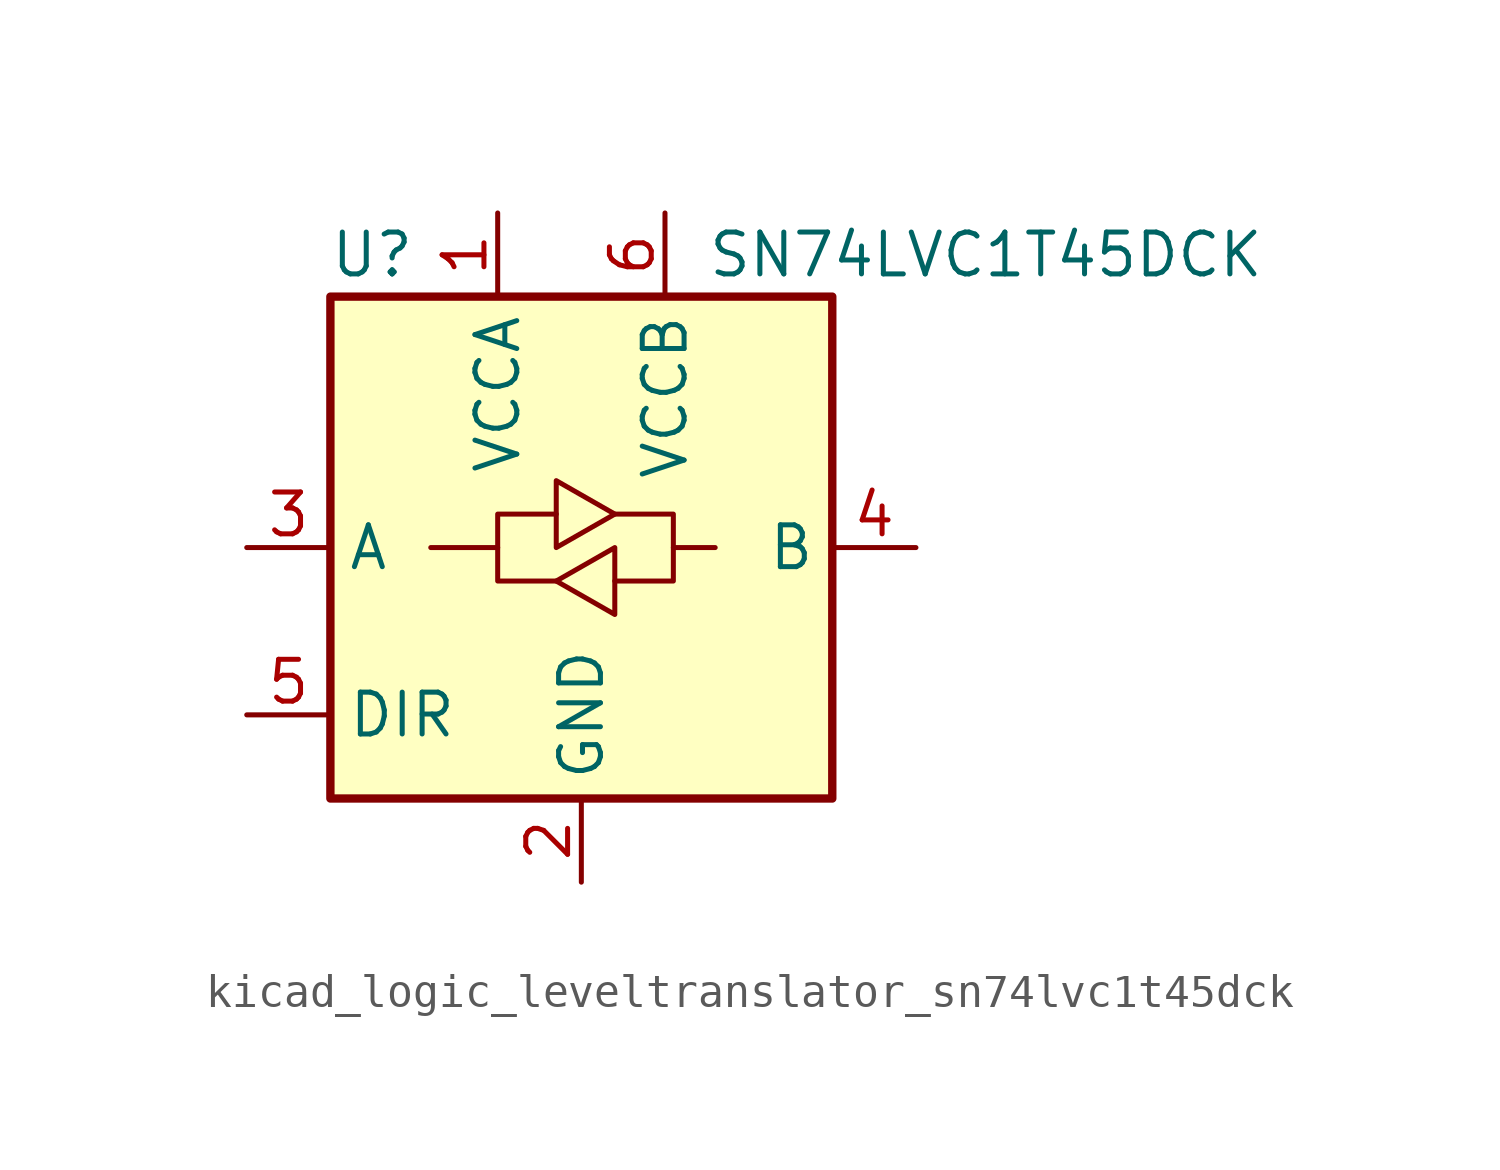
<source format=kicad_sym>
(kicad_symbol_lib
  (version 20220914)
  (generator kicad_symbol_editor)
  (symbol "kicad_logic_leveltranslator_sn74lvc1t45dck"
    (property "Reference" "U"
      (at -6.35 8.89 0)
      (effects (font (size 1.27 1.27))))
    (property "Value" "SN74LVC1T45DCK"
      (at 3.81 8.89 0)
      (effects (font (size 1.27 1.27)) (justify left)))
    (symbol "kicad_logic_leveltranslator_sn74lvc1t45dck_0_1"
      (rectangle (start -7.62 7.62) (end 7.62 -7.62) (stroke (width 0.254) (type default)) (fill (type background)))
      (polyline (pts (xy -2.54 0) (xy -2.54 1.016) (xy -0.762 1.016)) (stroke (width 0) (type default)) (fill (type none)))
      (polyline (pts (xy 2.794 0) (xy 2.794 -1.016) (xy 1.016 -1.016)) (stroke (width 0) (type default)) (fill (type none)))
      (polyline (pts (xy -0.762 -1.016) (xy -2.54 -1.016) (xy -2.54 0) (xy -4.572 0)) (stroke (width 0) (type default)) (fill (type none)))
      (polyline (pts (xy -0.762 0) (xy -0.762 2.032) (xy 1.016 1.016) (xy -0.762 0)) (stroke (width 0) (type default)) (fill (type none)))
      (polyline (pts (xy 1.016 1.016) (xy 2.794 1.016) (xy 2.794 0) (xy 4.064 0)) (stroke (width 0) (type default)) (fill (type none)))
      (polyline (pts (xy 1.016 0) (xy 1.016 -1.778) (xy 1.016 -2.032) (xy -0.762 -1.016) (xy 1.016 0)) (stroke (width 0) (type default)) (fill (type none))))
    (symbol "kicad_logic_leveltranslator_sn74lvc1t45dck_1_1"
      (pin power_in line (at -2.54 10.16 270) (length 2.54) (name "VCCA" (effects (font (size 1.27 1.27)))) (number "1" (effects (font (size 1.27 1.27)))))
      (pin power_in line (at 0 -10.16 90) (length 2.54) (name "GND" (effects (font (size 1.27 1.27)))) (number "2" (effects (font (size 1.27 1.27)))))
      (pin bidirectional line (at -10.16 0 0) (length 2.54) (name "A" (effects (font (size 1.27 1.27)))) (number "3" (effects (font (size 1.27 1.27)))))
      (pin bidirectional line (at 10.16 0 180) (length 2.54) (name "B" (effects (font (size 1.27 1.27)))) (number "4" (effects (font (size 1.27 1.27)))))
      (pin input line (at -10.16 -5.08 0) (length 2.54) (name "DIR" (effects (font (size 1.27 1.27)))) (number "5" (effects (font (size 1.27 1.27)))))
      (pin power_in line (at 2.54 10.16 270) (length 2.54) (name "VCCB" (effects (font (size 1.27 1.27)))) (number "6" (effects (font (size 1.27 1.27))))))))
</source>
